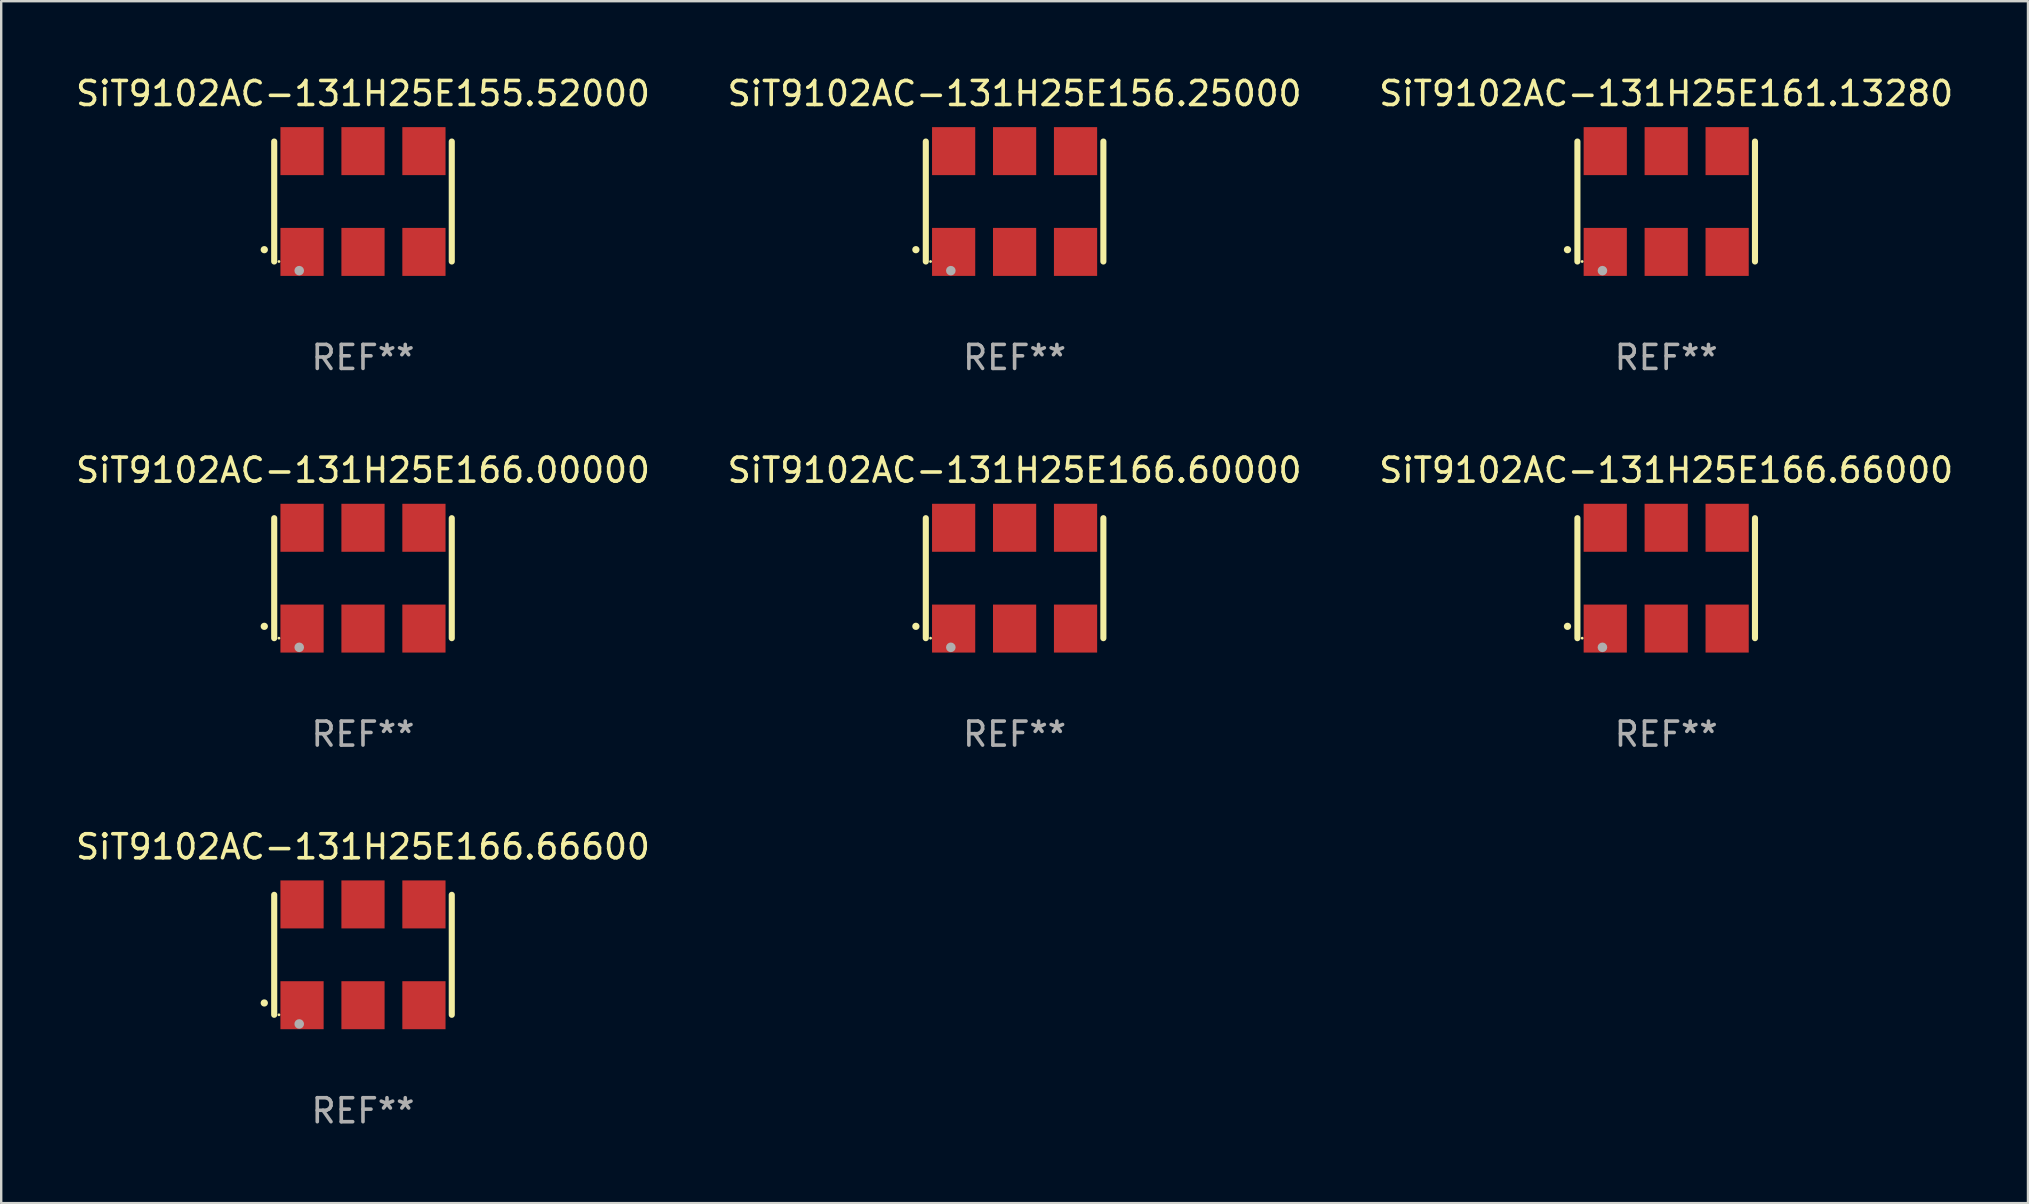
<source format=kicad_pcb>
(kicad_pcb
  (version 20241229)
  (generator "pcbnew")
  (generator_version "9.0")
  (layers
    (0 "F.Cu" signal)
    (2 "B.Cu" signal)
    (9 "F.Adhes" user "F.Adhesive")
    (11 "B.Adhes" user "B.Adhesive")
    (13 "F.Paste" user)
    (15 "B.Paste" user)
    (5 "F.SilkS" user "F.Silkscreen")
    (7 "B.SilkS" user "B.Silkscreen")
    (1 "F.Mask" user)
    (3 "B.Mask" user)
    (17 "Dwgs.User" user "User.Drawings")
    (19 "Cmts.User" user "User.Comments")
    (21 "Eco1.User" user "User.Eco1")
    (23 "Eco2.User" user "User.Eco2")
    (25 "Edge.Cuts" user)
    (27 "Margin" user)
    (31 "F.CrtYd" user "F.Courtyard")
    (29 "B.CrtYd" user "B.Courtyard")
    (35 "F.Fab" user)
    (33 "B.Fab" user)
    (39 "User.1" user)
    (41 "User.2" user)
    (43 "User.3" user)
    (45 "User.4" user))
  (footprint "SiT9102AC-131H25E166.00000"
    (layer "F.Cu")
    (at 12.077 21.045)
    (property "Reference" "SiT9102AC-131H25E166.00000" (at 0 -4.5 0) (layer "F.SilkS") (effects (font (size 1 1) (thickness 0.15))))
    (attr through_hole)
    (fp_line (start -3.7 -2.5) (end -3.7 2.5) (stroke (width 0.254) (type solid)) (layer "F.SilkS"))
    (fp_line (start 3.7 -2.5) (end 3.7 2.5) (stroke (width 0.254) (type solid)) (layer "F.SilkS"))
    (fp_arc (start -4.114415 2.006604) (mid -4.113145 2.006599) (end -4.111875 2.006604) (stroke (width 0.3) (type solid)) (layer "F.SilkS"))
    (fp_circle (center -3.502 2.5) (end -3.472 2.5) (stroke (width 0.06) (type solid)) (fill no) (layer "F.SilkS"))
    (fp_circle (center -2.657 2.882) (end -2.557 2.882) (stroke (width 0.2) (type solid)) (fill no) (layer "F.Fab"))
    (fp_text user "REF**" (at 0 6.5 0) (layer "F.Fab") (effects (font (size 1 1) (thickness 0.15))))
    (pad "1" smd rect (at -2.54 2.1) (size 1.8 2) (layers "F.Cu" "F.Mask" "F.Paste"))
    (pad "2" smd rect (at 0.000394 2.1) (size 1.8 2) (layers "F.Cu" "F.Mask" "F.Paste"))
    (pad "3" smd rect (at 2.54 2.1) (size 1.8 2) (layers "F.Cu" "F.Mask" "F.Paste"))
    (pad "4" smd rect (at 2.54 -2.1) (size 1.8 2) (layers "F.Cu" "F.Mask" "F.Paste"))
    (pad "5" smd rect (at 0.000394 -2.1) (size 1.8 2) (layers "F.Cu" "F.Mask" "F.Paste"))
    (pad "6" smd rect (at -2.54 -2.1) (size 1.8 2) (layers "F.Cu" "F.Mask" "F.Paste")))
  (footprint "SiT9102AC-131H25E166.60000"
    (layer "F.Cu")
    (at 39.232 21.045)
    (property "Reference" "SiT9102AC-131H25E166.60000" (at 0 -4.5 0) (layer "F.SilkS") (effects (font (size 1 1) (thickness 0.15))))
    (attr through_hole)
    (fp_line (start -3.7 -2.5) (end -3.7 2.5) (stroke (width 0.254) (type solid)) (layer "F.SilkS"))
    (fp_line (start 3.7 -2.5) (end 3.7 2.5) (stroke (width 0.254) (type solid)) (layer "F.SilkS"))
    (fp_arc (start -4.114415 2.006604) (mid -4.113145 2.006599) (end -4.111875 2.006604) (stroke (width 0.3) (type solid)) (layer "F.SilkS"))
    (fp_circle (center -3.502 2.5) (end -3.472 2.5) (stroke (width 0.06) (type solid)) (fill no) (layer "F.SilkS"))
    (fp_circle (center -2.657 2.882) (end -2.557 2.882) (stroke (width 0.2) (type solid)) (fill no) (layer "F.Fab"))
    (fp_text user "REF**" (at 0 6.5 0) (layer "F.Fab") (effects (font (size 1 1) (thickness 0.15))))
    (pad "1" smd rect (at -2.54 2.1) (size 1.8 2) (layers "F.Cu" "F.Mask" "F.Paste"))
    (pad "2" smd rect (at 0.000394 2.1) (size 1.8 2) (layers "F.Cu" "F.Mask" "F.Paste"))
    (pad "3" smd rect (at 2.54 2.1) (size 1.8 2) (layers "F.Cu" "F.Mask" "F.Paste"))
    (pad "4" smd rect (at 2.54 -2.1) (size 1.8 2) (layers "F.Cu" "F.Mask" "F.Paste"))
    (pad "5" smd rect (at 0.000394 -2.1) (size 1.8 2) (layers "F.Cu" "F.Mask" "F.Paste"))
    (pad "6" smd rect (at -2.54 -2.1) (size 1.8 2) (layers "F.Cu" "F.Mask" "F.Paste")))
  (footprint "SiT9102AC-131H25E166.66000"
    (layer "F.Cu")
    (at 66.387 21.045)
    (property "Reference" "SiT9102AC-131H25E166.66000" (at 0 -4.5 0) (layer "F.SilkS") (effects (font (size 1 1) (thickness 0.15))))
    (attr through_hole)
    (fp_line (start -3.7 -2.5) (end -3.7 2.5) (stroke (width 0.254) (type solid)) (layer "F.SilkS"))
    (fp_line (start 3.7 -2.5) (end 3.7 2.5) (stroke (width 0.254) (type solid)) (layer "F.SilkS"))
    (fp_arc (start -4.114415 2.006604) (mid -4.113145 2.006599) (end -4.111875 2.006604) (stroke (width 0.3) (type solid)) (layer "F.SilkS"))
    (fp_circle (center -3.502 2.5) (end -3.472 2.5) (stroke (width 0.06) (type solid)) (fill no) (layer "F.SilkS"))
    (fp_circle (center -2.657 2.882) (end -2.557 2.882) (stroke (width 0.2) (type solid)) (fill no) (layer "F.Fab"))
    (fp_text user "REF**" (at 0 6.5 0) (layer "F.Fab") (effects (font (size 1 1) (thickness 0.15))))
    (pad "1" smd rect (at -2.54 2.1) (size 1.8 2) (layers "F.Cu" "F.Mask" "F.Paste"))
    (pad "2" smd rect (at 0.000394 2.1) (size 1.8 2) (layers "F.Cu" "F.Mask" "F.Paste"))
    (pad "3" smd rect (at 2.54 2.1) (size 1.8 2) (layers "F.Cu" "F.Mask" "F.Paste"))
    (pad "4" smd rect (at 2.54 -2.1) (size 1.8 2) (layers "F.Cu" "F.Mask" "F.Paste"))
    (pad "5" smd rect (at 0.000394 -2.1) (size 1.8 2) (layers "F.Cu" "F.Mask" "F.Paste"))
    (pad "6" smd rect (at -2.54 -2.1) (size 1.8 2) (layers "F.Cu" "F.Mask" "F.Paste")))
  (footprint "SiT9102AC-131H25E155.52000"
    (layer "F.Cu")
    (at 12.077 5.348)
    (property "Reference" "SiT9102AC-131H25E155.52000" (at 0 -4.5 0) (layer "F.SilkS") (effects (font (size 1 1) (thickness 0.15))))
    (attr through_hole)
    (fp_line (start -3.7 -2.5) (end -3.7 2.5) (stroke (width 0.254) (type solid)) (layer "F.SilkS"))
    (fp_line (start 3.7 -2.5) (end 3.7 2.5) (stroke (width 0.254) (type solid)) (layer "F.SilkS"))
    (fp_arc (start -4.114415 2.006604) (mid -4.113145 2.006599) (end -4.111875 2.006604) (stroke (width 0.3) (type solid)) (layer "F.SilkS"))
    (fp_circle (center -3.502 2.5) (end -3.472 2.5) (stroke (width 0.06) (type solid)) (fill no) (layer "F.SilkS"))
    (fp_circle (center -2.657 2.882) (end -2.557 2.882) (stroke (width 0.2) (type solid)) (fill no) (layer "F.Fab"))
    (fp_text user "REF**" (at 0 6.5 0) (layer "F.Fab") (effects (font (size 1 1) (thickness 0.15))))
    (pad "1" smd rect (at -2.54 2.1) (size 1.8 2) (layers "F.Cu" "F.Mask" "F.Paste"))
    (pad "2" smd rect (at 0.000394 2.1) (size 1.8 2) (layers "F.Cu" "F.Mask" "F.Paste"))
    (pad "3" smd rect (at 2.54 2.1) (size 1.8 2) (layers "F.Cu" "F.Mask" "F.Paste"))
    (pad "4" smd rect (at 2.54 -2.1) (size 1.8 2) (layers "F.Cu" "F.Mask" "F.Paste"))
    (pad "5" smd rect (at 0.000394 -2.1) (size 1.8 2) (layers "F.Cu" "F.Mask" "F.Paste"))
    (pad "6" smd rect (at -2.54 -2.1) (size 1.8 2) (layers "F.Cu" "F.Mask" "F.Paste")))
  (footprint "SiT9102AC-131H25E166.66600"
    (layer "F.Cu")
    (at 12.077 36.741)
    (property "Reference" "SiT9102AC-131H25E166.66600" (at 0 -4.5 0) (layer "F.SilkS") (effects (font (size 1 1) (thickness 0.15))))
    (attr through_hole)
    (fp_line (start -3.7 -2.5) (end -3.7 2.5) (stroke (width 0.254) (type solid)) (layer "F.SilkS"))
    (fp_line (start 3.7 -2.5) (end 3.7 2.5) (stroke (width 0.254) (type solid)) (layer "F.SilkS"))
    (fp_arc (start -4.114415 2.006604) (mid -4.113145 2.006599) (end -4.111875 2.006604) (stroke (width 0.3) (type solid)) (layer "F.SilkS"))
    (fp_circle (center -3.502 2.5) (end -3.472 2.5) (stroke (width 0.06) (type solid)) (fill no) (layer "F.SilkS"))
    (fp_circle (center -2.657 2.882) (end -2.557 2.882) (stroke (width 0.2) (type solid)) (fill no) (layer "F.Fab"))
    (fp_text user "REF**" (at 0 6.5 0) (layer "F.Fab") (effects (font (size 1 1) (thickness 0.15))))
    (pad "1" smd rect (at -2.54 2.1) (size 1.8 2) (layers "F.Cu" "F.Mask" "F.Paste"))
    (pad "2" smd rect (at 0.000394 2.1) (size 1.8 2) (layers "F.Cu" "F.Mask" "F.Paste"))
    (pad "3" smd rect (at 2.54 2.1) (size 1.8 2) (layers "F.Cu" "F.Mask" "F.Paste"))
    (pad "4" smd rect (at 2.54 -2.1) (size 1.8 2) (layers "F.Cu" "F.Mask" "F.Paste"))
    (pad "5" smd rect (at 0.000394 -2.1) (size 1.8 2) (layers "F.Cu" "F.Mask" "F.Paste"))
    (pad "6" smd rect (at -2.54 -2.1) (size 1.8 2) (layers "F.Cu" "F.Mask" "F.Paste")))
  (footprint "SiT9102AC-131H25E156.25000"
    (layer "F.Cu")
    (at 39.232 5.348)
    (property "Reference" "SiT9102AC-131H25E156.25000" (at 0 -4.5 0) (layer "F.SilkS") (effects (font (size 1 1) (thickness 0.15))))
    (attr through_hole)
    (fp_line (start -3.7 -2.5) (end -3.7 2.5) (stroke (width 0.254) (type solid)) (layer "F.SilkS"))
    (fp_line (start 3.7 -2.5) (end 3.7 2.5) (stroke (width 0.254) (type solid)) (layer "F.SilkS"))
    (fp_arc (start -4.114415 2.006604) (mid -4.113145 2.006599) (end -4.111875 2.006604) (stroke (width 0.3) (type solid)) (layer "F.SilkS"))
    (fp_circle (center -3.502 2.5) (end -3.472 2.5) (stroke (width 0.06) (type solid)) (fill no) (layer "F.SilkS"))
    (fp_circle (center -2.657 2.882) (end -2.557 2.882) (stroke (width 0.2) (type solid)) (fill no) (layer "F.Fab"))
    (fp_text user "REF**" (at 0 6.5 0) (layer "F.Fab") (effects (font (size 1 1) (thickness 0.15))))
    (pad "1" smd rect (at -2.54 2.1) (size 1.8 2) (layers "F.Cu" "F.Mask" "F.Paste"))
    (pad "2" smd rect (at 0.000394 2.1) (size 1.8 2) (layers "F.Cu" "F.Mask" "F.Paste"))
    (pad "3" smd rect (at 2.54 2.1) (size 1.8 2) (layers "F.Cu" "F.Mask" "F.Paste"))
    (pad "4" smd rect (at 2.54 -2.1) (size 1.8 2) (layers "F.Cu" "F.Mask" "F.Paste"))
    (pad "5" smd rect (at 0.000394 -2.1) (size 1.8 2) (layers "F.Cu" "F.Mask" "F.Paste"))
    (pad "6" smd rect (at -2.54 -2.1) (size 1.8 2) (layers "F.Cu" "F.Mask" "F.Paste")))
  (footprint "SiT9102AC-131H25E161.13280"
    (layer "F.Cu")
    (at 66.387 5.348)
    (property "Reference" "SiT9102AC-131H25E161.13280" (at 0 -4.5 0) (layer "F.SilkS") (effects (font (size 1 1) (thickness 0.15))))
    (attr through_hole)
    (fp_line (start -3.7 -2.5) (end -3.7 2.5) (stroke (width 0.254) (type solid)) (layer "F.SilkS"))
    (fp_line (start 3.7 -2.5) (end 3.7 2.5) (stroke (width 0.254) (type solid)) (layer "F.SilkS"))
    (fp_arc (start -4.114415 2.006604) (mid -4.113145 2.006599) (end -4.111875 2.006604) (stroke (width 0.3) (type solid)) (layer "F.SilkS"))
    (fp_circle (center -3.502 2.5) (end -3.472 2.5) (stroke (width 0.06) (type solid)) (fill no) (layer "F.SilkS"))
    (fp_circle (center -2.657 2.882) (end -2.557 2.882) (stroke (width 0.2) (type solid)) (fill no) (layer "F.Fab"))
    (fp_text user "REF**" (at 0 6.5 0) (layer "F.Fab") (effects (font (size 1 1) (thickness 0.15))))
    (pad "1" smd rect (at -2.54 2.1) (size 1.8 2) (layers "F.Cu" "F.Mask" "F.Paste"))
    (pad "2" smd rect (at 0.000394 2.1) (size 1.8 2) (layers "F.Cu" "F.Mask" "F.Paste"))
    (pad "3" smd rect (at 2.54 2.1) (size 1.8 2) (layers "F.Cu" "F.Mask" "F.Paste"))
    (pad "4" smd rect (at 2.54 -2.1) (size 1.8 2) (layers "F.Cu" "F.Mask" "F.Paste"))
    (pad "5" smd rect (at 0.000394 -2.1) (size 1.8 2) (layers "F.Cu" "F.Mask" "F.Paste"))
    (pad "6" smd rect (at -2.54 -2.1) (size 1.8 2) (layers "F.Cu" "F.Mask" "F.Paste")))
  (gr_rect
    (start -3 -3)
    (end 81.464 47.09)
    (stroke (width 0.1) (type default))
    (fill no)
    (layer "Edge.Cuts")))
</source>
